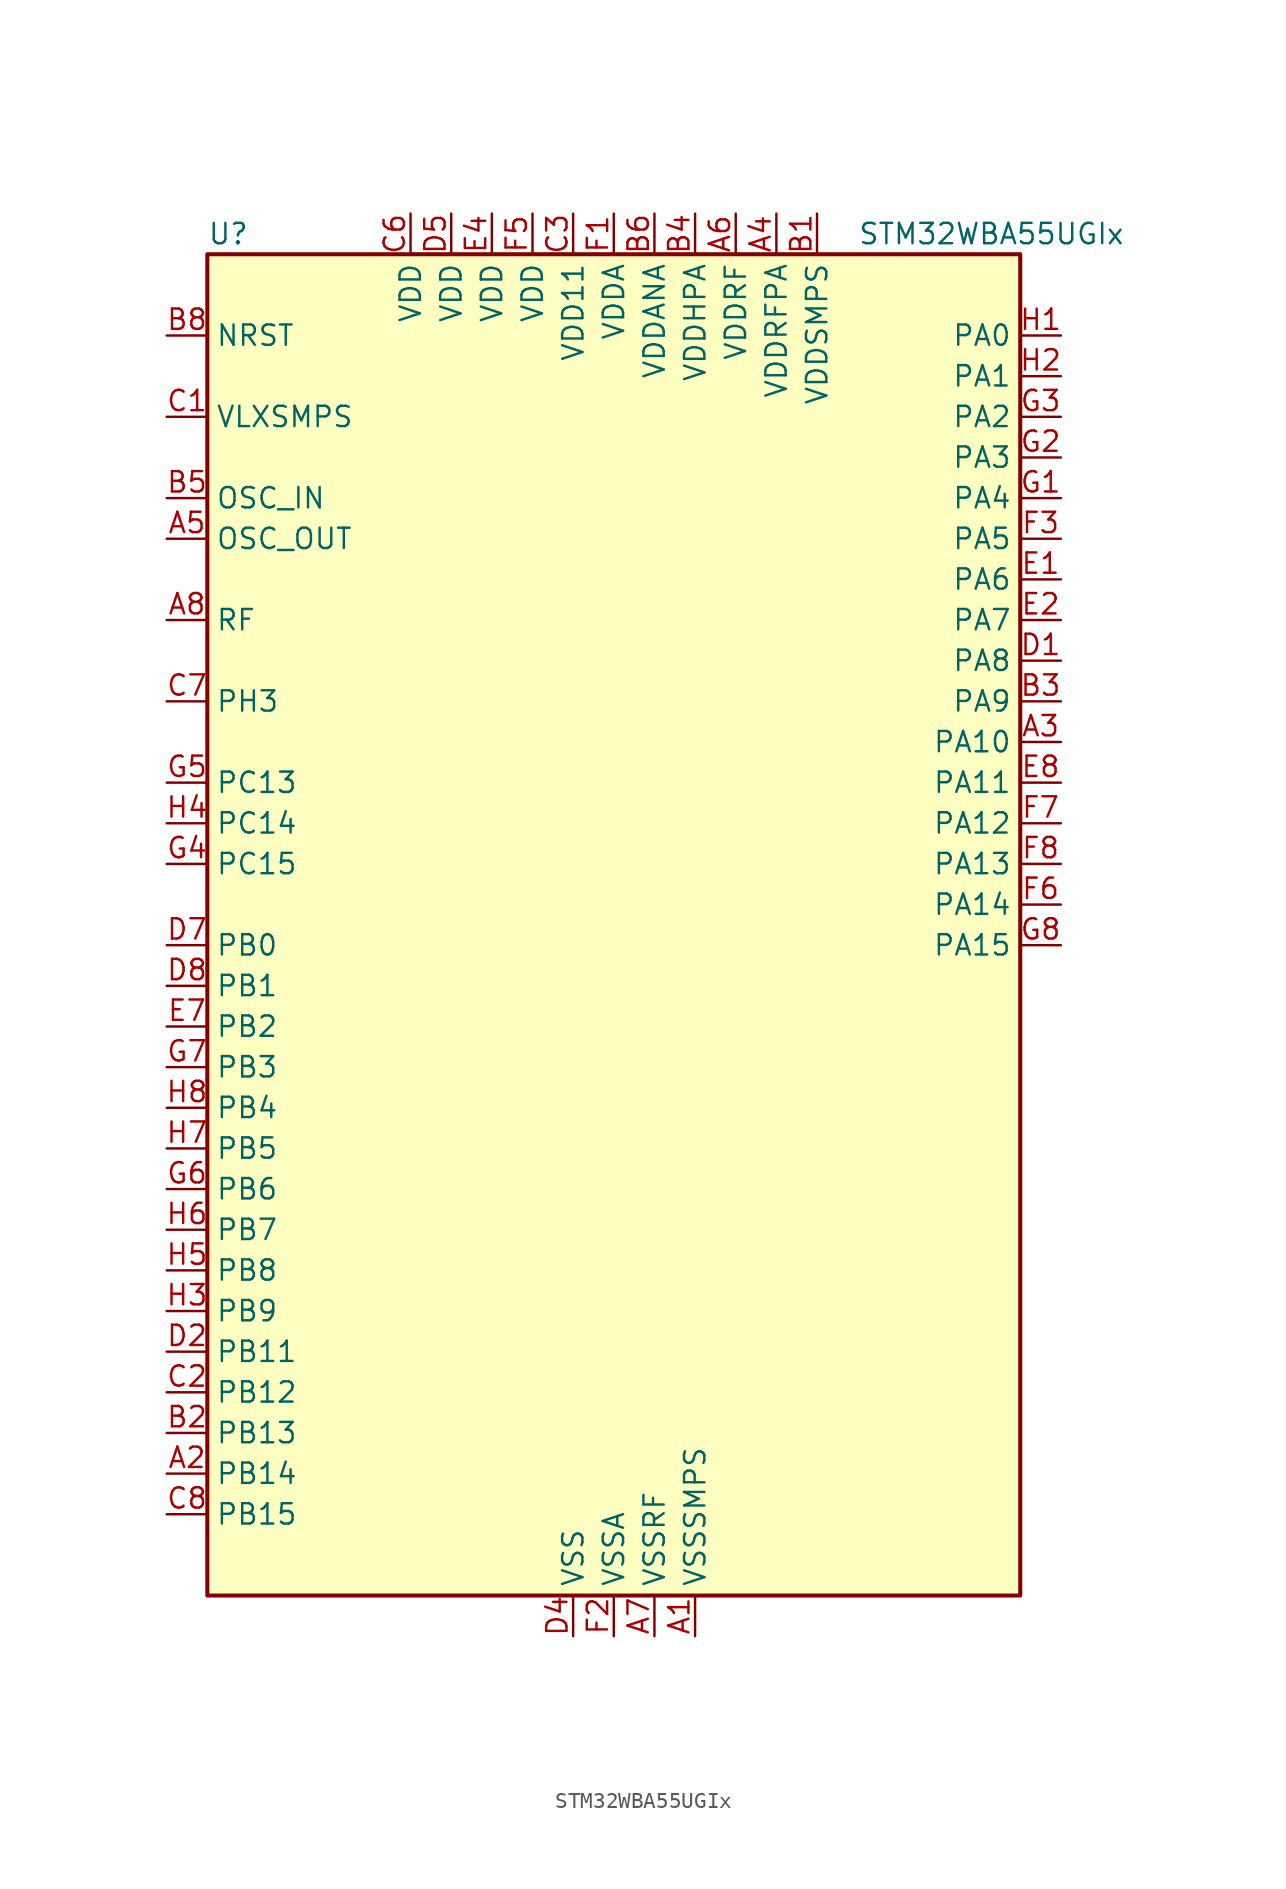
<source format=kicad_sym>
(kicad_symbol_lib
  (version 20241209)
  (generator "kicad_symbol_editor")
  (generator_version "9.0")
  (symbol "STM32WBA55UGIx"
    (property "Reference" "U"
      (at -25.4 44.45 0)
      (effects (font (size 1.27 1.27)) (justify left)))
    (property "Value" "STM32WBA55UGIx"
      (at 15.24 44.45 0)
      (effects (font (size 1.27 1.27)) (justify left)))
    (symbol "STM32WBA55UGIx_0_1"
      (rectangle (start -25.4 -40.64) (end 25.4 43.18) (stroke (width 0.254) (type default)) (fill (type background))))
    (symbol "STM32WBA55UGIx_1_1"
      (pin input line (at -27.94 38.1 0) (length 2.54) (name "NRST" (effects (font (size 1.27 1.27)))) (number "B8" (effects (font (size 1.27 1.27)))))
      (pin power_in line (at -27.94 33.02 0) (length 2.54) (name "VLXSMPS" (effects (font (size 1.27 1.27)))) (number "C1" (effects (font (size 1.27 1.27)))))
      (pin input line (at -27.94 27.94 0) (length 2.54) (name "OSC_IN" (effects (font (size 1.27 1.27)))) (number "B5" (effects (font (size 1.27 1.27)))) (alternate "RCC_OSC_IN" bidirectional line))
      (pin input line (at -27.94 25.4 0) (length 2.54) (name "OSC_OUT" (effects (font (size 1.27 1.27)))) (number "A5" (effects (font (size 1.27 1.27)))) (alternate "RCC_OSC_OUT" bidirectional line))
      (pin bidirectional line (at -27.94 20.32 0) (length 2.54) (name "RF" (effects (font (size 1.27 1.27)))) (number "A8" (effects (font (size 1.27 1.27)))))
      (pin bidirectional line (at -27.94 15.24 0) (length 2.54) (name "PH3" (effects (font (size 1.27 1.27)))) (number "C7" (effects (font (size 1.27 1.27)))) (alternate "PTA_GRANT" bidirectional line) (alternate "RF_EXTPABYP" bidirectional line) (alternate "TAMP_IN2" bidirectional line) (alternate "TAMP_OUT1" bidirectional line))
      (pin bidirectional line (at -27.94 10.16 0) (length 2.54) (name "PC13" (effects (font (size 1.27 1.27)))) (number "G5" (effects (font (size 1.27 1.27)))) (alternate "PWR_WKUP2" bidirectional line) (alternate "RTC_OUT1" bidirectional line) (alternate "RTC_TS" bidirectional line) (alternate "TAMP_IN4" bidirectional line) (alternate "TAMP_OUT5" bidirectional line) (alternate "TIM1_BKIN2" bidirectional line) (alternate "TSC_G5_IO1" bidirectional line))
      (pin bidirectional line (at -27.94 7.62 0) (length 2.54) (name "PC14" (effects (font (size 1.27 1.27)))) (number "H4" (effects (font (size 1.27 1.27)))) (alternate "RCC_OSC32_IN" bidirectional line))
      (pin bidirectional line (at -27.94 5.08 0) (length 2.54) (name "PC15" (effects (font (size 1.27 1.27)))) (number "G4" (effects (font (size 1.27 1.27)))) (alternate "ADC4_EXTI15" bidirectional line) (alternate "RCC_OSC32_OUT" bidirectional line))
      (pin bidirectional line (at -27.94 0 0) (length 2.54) (name "PB0" (effects (font (size 1.27 1.27)))) (number "D7" (effects (font (size 1.27 1.27)))) (alternate "LPTIM2_IN2" bidirectional line) (alternate "TIM1_CH3N" bidirectional line) (alternate "USART2_TX" bidirectional line))
      (pin bidirectional line (at -27.94 -2.54 0) (length 2.54) (name "PB1" (effects (font (size 1.27 1.27)))) (number "D8" (effects (font (size 1.27 1.27)))) (alternate "I2C1_SDA" bidirectional line) (alternate "I2C3_SDA" bidirectional line) (alternate "PWR_WKUP4" bidirectional line) (alternate "TIM1_CH2N" bidirectional line) (alternate "USART2_DE" bidirectional line) (alternate "USART2_RTS" bidirectional line))
      (pin bidirectional line (at -27.94 -5.08 0) (length 2.54) (name "PB2" (effects (font (size 1.27 1.27)))) (number "E7" (effects (font (size 1.27 1.27)))) (alternate "I2C1_SCL" bidirectional line) (alternate "I2C3_SCL" bidirectional line) (alternate "PWR_WKUP1" bidirectional line) (alternate "RF_ANTSW2" bidirectional line) (alternate "RTC_OUT2" bidirectional line) (alternate "TIM1_CH1N" bidirectional line) (alternate "USART2_CTS" bidirectional line))
      (pin bidirectional line (at -27.94 -7.62 0) (length 2.54) (name "PB3" (effects (font (size 1.27 1.27)))) (number "G7" (effects (font (size 1.27 1.27)))) (alternate "DEBUG_JTDO-SWO" bidirectional line) (alternate "I2C1_SDA" bidirectional line) (alternate "LPTIM1_IN2" bidirectional line) (alternate "PTA_ACTIVE" bidirectional line) (alternate "SPI1_MISO" bidirectional line) (alternate "TIM17_CH1N" bidirectional line) (alternate "TIM1_CH4" bidirectional line) (alternate "TSC_G3_IO2" bidirectional line) (alternate "USART2_CK" bidirectional line))
      (pin bidirectional line (at -27.94 -10.16 0) (length 2.54) (name "PB4" (effects (font (size 1.27 1.27)))) (number "H8" (effects (font (size 1.27 1.27)))) (alternate "DEBUG_JTRST" bidirectional line) (alternate "LPTIM2_IN2" bidirectional line) (alternate "PTA_ACTIVE" bidirectional line) (alternate "PTA_PRIORITY" bidirectional line) (alternate "SAI1_MCLK_B" bidirectional line) (alternate "SPI1_SCK" bidirectional line) (alternate "TIM17_CH1" bidirectional line) (alternate "TIM1_CH3" bidirectional line) (alternate "TSC_G3_IO1" bidirectional line) (alternate "USART2_RX" bidirectional line))
      (pin bidirectional line (at -27.94 -12.7 0) (length 2.54) (name "PB5" (effects (font (size 1.27 1.27)))) (number "H7" (effects (font (size 1.27 1.27)))) (alternate "LPUART1_TX" bidirectional line) (alternate "SAI1_D2" bidirectional line) (alternate "SAI1_FS_B" bidirectional line) (alternate "TIM3_CH1" bidirectional line) (alternate "TSC_G5_IO4" bidirectional line))
      (pin bidirectional line (at -27.94 -15.24 0) (length 2.54) (name "PB6" (effects (font (size 1.27 1.27)))) (number "G6" (effects (font (size 1.27 1.27)))) (alternate "PWR_WKUP3" bidirectional line) (alternate "SAI1_SCK_B" bidirectional line) (alternate "TIM2_CH1" bidirectional line) (alternate "TIM2_ETR" bidirectional line) (alternate "TSC_G5_IO3" bidirectional line))
      (pin bidirectional line (at -27.94 -17.78 0) (length 2.54) (name "PB7" (effects (font (size 1.27 1.27)))) (number "H6" (effects (font (size 1.27 1.27)))) (alternate "PWR_WKUP5" bidirectional line) (alternate "SAI1_SD_B" bidirectional line) (alternate "TAMP_IN5" bidirectional line) (alternate "TAMP_OUT4" bidirectional line) (alternate "TIM1_CH4N" bidirectional line) (alternate "TSC_G5_IO2" bidirectional line))
      (pin bidirectional line (at -27.94 -20.32 0) (length 2.54) (name "PB8" (effects (font (size 1.27 1.27)))) (number "H5" (effects (font (size 1.27 1.27)))) (alternate "COMP1_OUT" bidirectional line) (alternate "LPTIM1_ETR" bidirectional line) (alternate "PWR_PVD_IN" bidirectional line) (alternate "SPI3_MOSI" bidirectional line) (alternate "TIM16_CH1N" bidirectional line) (alternate "TIM1_CH1" bidirectional line) (alternate "TIM3_ETR" bidirectional line) (alternate "TSC_G2_IO4" bidirectional line) (alternate "USART2_RX" bidirectional line))
      (pin bidirectional line (at -27.94 -22.86 0) (length 2.54) (name "PB9" (effects (font (size 1.27 1.27)))) (number "H3" (effects (font (size 1.27 1.27)))) (alternate "ADC4_IN10" bidirectional line) (alternate "COMP2_INM" bidirectional line) (alternate "IR_OUT" bidirectional line) (alternate "LPTIM2_IN1" bidirectional line) (alternate "LPUART1_DE" bidirectional line) (alternate "LPUART1_RTS" bidirectional line) (alternate "PWR_WKUP8" bidirectional line) (alternate "SPI3_MISO" bidirectional line) (alternate "TIM16_CH1" bidirectional line) (alternate "TIM1_CH3N" bidirectional line) (alternate "TIM3_CH4" bidirectional line) (alternate "TSC_G2_IO3" bidirectional line))
      (pin bidirectional line (at -27.94 -25.4 0) (length 2.54) (name "PB11" (effects (font (size 1.27 1.27)))) (number "D2" (effects (font (size 1.27 1.27)))) (alternate "LPTIM1_CH1" bidirectional line) (alternate "LPTIM1_ETR" bidirectional line) (alternate "LPUART1_TX" bidirectional line))
      (pin bidirectional line (at -27.94 -27.94 0) (length 2.54) (name "PB12" (effects (font (size 1.27 1.27)))) (number "C2" (effects (font (size 1.27 1.27)))) (alternate "SAI1_SD_A" bidirectional line) (alternate "SPI1_RDY" bidirectional line) (alternate "TIM2_CH1" bidirectional line) (alternate "TIM2_ETR" bidirectional line) (alternate "TIM3_ETR" bidirectional line) (alternate "TSC_SYNC" bidirectional line) (alternate "USART1_TX" bidirectional line))
      (pin bidirectional line (at -27.94 -30.48 0) (length 2.54) (name "PB13" (effects (font (size 1.27 1.27)))) (number "B2" (effects (font (size 1.27 1.27)))) (alternate "TIM3_CH4" bidirectional line) (alternate "TSC_G6_IO2" bidirectional line))
      (pin bidirectional line (at -27.94 -33.02 0) (length 2.54) (name "PB14" (effects (font (size 1.27 1.27)))) (number "A2" (effects (font (size 1.27 1.27)))) (alternate "PWR_WKUP7" bidirectional line) (alternate "RTC_REFIN" bidirectional line) (alternate "SAI1_SD_A" bidirectional line) (alternate "TIM3_CH3" bidirectional line) (alternate "TSC_G6_IO1" bidirectional line) (alternate "USART1_TX" bidirectional line))
      (pin bidirectional line (at -27.94 -35.56 0) (length 2.54) (name "PB15" (effects (font (size 1.27 1.27)))) (number "C8" (effects (font (size 1.27 1.27)))) (alternate "ADC4_EXTI15" bidirectional line) (alternate "I2C1_SMBA" bidirectional line) (alternate "I2C3_SMBA" bidirectional line) (alternate "LPUART1_CTS" bidirectional line) (alternate "PTA_GRANT" bidirectional line) (alternate "RF_EXTPABYP" bidirectional line) (alternate "TIM16_BKIN" bidirectional line) (alternate "TIM1_BKIN2" bidirectional line) (alternate "USART2_CTS" bidirectional line))
      (pin power_in line (at -12.7 45.72 270) (length 2.54) (name "VDD" (effects (font (size 1.27 1.27)))) (number "C6" (effects (font (size 1.27 1.27)))))
      (pin power_in line (at -10.16 45.72 270) (length 2.54) (name "VDD" (effects (font (size 1.27 1.27)))) (number "D5" (effects (font (size 1.27 1.27)))))
      (pin power_in line (at -7.62 45.72 270) (length 2.54) (name "VDD" (effects (font (size 1.27 1.27)))) (number "E4" (effects (font (size 1.27 1.27)))))
      (pin power_in line (at -5.08 45.72 270) (length 2.54) (name "VDD" (effects (font (size 1.27 1.27)))) (number "F5" (effects (font (size 1.27 1.27)))))
      (pin power_in line (at -2.54 45.72 270) (length 2.54) (name "VDD11" (effects (font (size 1.27 1.27)))) (number "C3" (effects (font (size 1.27 1.27)))))
      (pin power_in line (at -2.54 -43.18 90) (length 2.54) (name "VSS" (effects (font (size 1.27 1.27)))) (number "D4" (effects (font (size 1.27 1.27)))))
      (pin passive line (at -2.54 -43.18 90) (length 2.54) (hide yes) (name "VSS" (effects (font (size 1.27 1.27)))) (number "D6" (effects (font (size 1.27 1.27)))))
      (pin passive line (at -2.54 -43.18 90) (length 2.54) (hide yes) (name "VSS" (effects (font (size 1.27 1.27)))) (number "E3" (effects (font (size 1.27 1.27)))))
      (pin passive line (at -2.54 -43.18 90) (length 2.54) (hide yes) (name "VSS" (effects (font (size 1.27 1.27)))) (number "E5" (effects (font (size 1.27 1.27)))))
      (pin power_in line (at 0 45.72 270) (length 2.54) (name "VDDA" (effects (font (size 1.27 1.27)))) (number "F1" (effects (font (size 1.27 1.27)))))
      (pin power_in line (at 0 -43.18 90) (length 2.54) (name "VSSA" (effects (font (size 1.27 1.27)))) (number "F2" (effects (font (size 1.27 1.27)))))
      (pin power_in line (at 2.54 45.72 270) (length 2.54) (name "VDDANA" (effects (font (size 1.27 1.27)))) (number "B6" (effects (font (size 1.27 1.27)))))
      (pin power_in line (at 2.54 -43.18 90) (length 2.54) (name "VSSRF" (effects (font (size 1.27 1.27)))) (number "A7" (effects (font (size 1.27 1.27)))))
      (pin passive line (at 2.54 -43.18 90) (length 2.54) (hide yes) (name "VSSRF" (effects (font (size 1.27 1.27)))) (number "B7" (effects (font (size 1.27 1.27)))))
      (pin power_in line (at 5.08 45.72 270) (length 2.54) (name "VDDHPA" (effects (font (size 1.27 1.27)))) (number "B4" (effects (font (size 1.27 1.27)))))
      (pin power_in line (at 5.08 -43.18 90) (length 2.54) (name "VSSSMPS" (effects (font (size 1.27 1.27)))) (number "A1" (effects (font (size 1.27 1.27)))))
      (pin power_in line (at 7.62 45.72 270) (length 2.54) (name "VDDRF" (effects (font (size 1.27 1.27)))) (number "A6" (effects (font (size 1.27 1.27)))))
      (pin power_in line (at 10.16 45.72 270) (length 2.54) (name "VDDRFPA" (effects (font (size 1.27 1.27)))) (number "A4" (effects (font (size 1.27 1.27)))))
      (pin power_in line (at 12.7 45.72 270) (length 2.54) (name "VDDSMPS" (effects (font (size 1.27 1.27)))) (number "B1" (effects (font (size 1.27 1.27)))))
      (pin bidirectional line (at 27.94 38.1 180) (length 2.54) (name "PA0" (effects (font (size 1.27 1.27)))) (number "H1" (effects (font (size 1.27 1.27)))) (alternate "ADC4_IN9" bidirectional line) (alternate "COMP2_INP" bidirectional line) (alternate "LPTIM1_IN1" bidirectional line) (alternate "LPUART1_CTS" bidirectional line) (alternate "PWR_WKUP1" bidirectional line) (alternate "SPI3_SCK" bidirectional line) (alternate "TIM1_CH2N" bidirectional line) (alternate "TIM3_CH3" bidirectional line) (alternate "TIM3_ETR" bidirectional line) (alternate "TSC_G2_IO2" bidirectional line))
      (pin bidirectional line (at 27.94 35.56 180) (length 2.54) (name "PA1" (effects (font (size 1.27 1.27)))) (number "H2" (effects (font (size 1.27 1.27)))) (alternate "ADC4_IN8" bidirectional line) (alternate "COMP1_INM" bidirectional line) (alternate "LPTIM2_CH2" bidirectional line) (alternate "LPUART1_RX" bidirectional line) (alternate "PWR_WKUP3" bidirectional line) (alternate "SAI1_CK1" bidirectional line) (alternate "SPI1_RDY" bidirectional line) (alternate "TIM17_CH1" bidirectional line) (alternate "TIM1_CH1N" bidirectional line) (alternate "TIM3_CH2" bidirectional line) (alternate "TSC_G2_IO1" bidirectional line) (alternate "USART1_CK" bidirectional line))
      (pin bidirectional line (at 27.94 33.02 180) (length 2.54) (name "PA2" (effects (font (size 1.27 1.27)))) (number "G3" (effects (font (size 1.27 1.27)))) (alternate "ADC4_IN7" bidirectional line) (alternate "COMP1_INP" bidirectional line) (alternate "LPUART1_TX" bidirectional line) (alternate "PWR_WKUP4" bidirectional line) (alternate "RCC_LSCO" bidirectional line) (alternate "SAI1_D1" bidirectional line) (alternate "TIM16_CH1" bidirectional line) (alternate "TIM1_BKIN" bidirectional line) (alternate "TIM3_CH1" bidirectional line) (alternate "TSC_G4_IO4" bidirectional line) (alternate "USART1_DE" bidirectional line) (alternate "USART1_RTS" bidirectional line))
      (pin bidirectional line (at 27.94 30.48 180) (length 2.54) (name "PA3" (effects (font (size 1.27 1.27)))) (number "G2" (effects (font (size 1.27 1.27)))) (alternate "ADC4_IN6" bidirectional line) (alternate "PWR_WKUP5" bidirectional line) (alternate "TIM16_CH1N" bidirectional line) (alternate "TSC_G4_IO2" bidirectional line) (alternate "USART1_DE" bidirectional line) (alternate "USART1_RTS" bidirectional line))
      (pin bidirectional line (at 27.94 27.94 180) (length 2.54) (name "PA4" (effects (font (size 1.27 1.27)))) (number "G1" (effects (font (size 1.27 1.27)))) (alternate "ADC4_IN5" bidirectional line) (alternate "AUDIOCLK" bidirectional line) (alternate "PWR_WKUP2" bidirectional line) (alternate "TAMP_IN6" bidirectional line) (alternate "TAMP_OUT3" bidirectional line) (alternate "TIM16_CH1" bidirectional line) (alternate "TSC_G4_IO1" bidirectional line) (alternate "USART1_CTS" bidirectional line))
      (pin bidirectional line (at 27.94 25.4 180) (length 2.54) (name "PA5" (effects (font (size 1.27 1.27)))) (number "F3" (effects (font (size 1.27 1.27)))) (alternate "ADC4_IN4" bidirectional line) (alternate "AUDIOCLK" bidirectional line) (alternate "LPTIM2_ETR" bidirectional line) (alternate "PWR_CSLEEP" bidirectional line) (alternate "PWR_WKUP6" bidirectional line) (alternate "SAI1_D2" bidirectional line) (alternate "SPI3_NSS" bidirectional line) (alternate "TIM2_CH1" bidirectional line) (alternate "TIM2_ETR" bidirectional line) (alternate "TSC_G1_IO4" bidirectional line) (alternate "USART1_CK" bidirectional line))
      (pin bidirectional line (at 27.94 22.86 180) (length 2.54) (name "PA6" (effects (font (size 1.27 1.27)))) (number "E1" (effects (font (size 1.27 1.27)))) (alternate "ADC4_IN3" bidirectional line) (alternate "I2C3_SCL" bidirectional line) (alternate "PWR_CSTOP" bidirectional line) (alternate "PWR_WKUP7" bidirectional line) (alternate "SAI1_CK2" bidirectional line) (alternate "SAI1_MCLK_A" bidirectional line) (alternate "SPI3_RDY" bidirectional line) (alternate "TIM2_CH4" bidirectional line) (alternate "TSC_G1_IO3" bidirectional line) (alternate "USART1_DE" bidirectional line) (alternate "USART1_RTS" bidirectional line))
      (pin bidirectional line (at 27.94 20.32 180) (length 2.54) (name "PA7" (effects (font (size 1.27 1.27)))) (number "E2" (effects (font (size 1.27 1.27)))) (alternate "ADC4_IN2" bidirectional line) (alternate "COMP1_OUT" bidirectional line) (alternate "I2C3_SDA" bidirectional line) (alternate "PWR_WKUP8" bidirectional line) (alternate "SAI1_SCK_A" bidirectional line) (alternate "TAMP_IN1" bidirectional line) (alternate "TAMP_OUT2" bidirectional line) (alternate "TIM2_CH3" bidirectional line) (alternate "TSC_G1_IO2" bidirectional line) (alternate "USART1_CTS" bidirectional line))
      (pin bidirectional line (at 27.94 17.78 180) (length 2.54) (name "PA8" (effects (font (size 1.27 1.27)))) (number "D1" (effects (font (size 1.27 1.27)))) (alternate "ADC4_IN1" bidirectional line) (alternate "LPTIM1_CH2" bidirectional line) (alternate "RCC_MCO" bidirectional line) (alternate "SAI1_FS_A" bidirectional line) (alternate "SPI3_RDY" bidirectional line) (alternate "TIM2_CH2" bidirectional line) (alternate "TSC_G1_IO1" bidirectional line) (alternate "USART1_RX" bidirectional line))
      (pin bidirectional line (at 27.94 15.24 180) (length 2.54) (name "PA9" (effects (font (size 1.27 1.27)))) (number "B3" (effects (font (size 1.27 1.27)))) (alternate "LPUART1_DE" bidirectional line) (alternate "LPUART1_RTS" bidirectional line) (alternate "SAI1_CK1" bidirectional line) (alternate "TIM3_CH2" bidirectional line))
      (pin bidirectional line (at 27.94 12.7 180) (length 2.54) (name "PA10" (effects (font (size 1.27 1.27)))) (number "A3" (effects (font (size 1.27 1.27)))) (alternate "LPUART1_RX" bidirectional line) (alternate "SAI1_D1" bidirectional line) (alternate "TIM3_CH1" bidirectional line))
      (pin bidirectional line (at 27.94 10.16 180) (length 2.54) (name "PA11" (effects (font (size 1.27 1.27)))) (number "E8" (effects (font (size 1.27 1.27)))) (alternate "LPTIM2_CH1" bidirectional line) (alternate "RF_ANTSW1" bidirectional line) (alternate "TIM1_CH1" bidirectional line) (alternate "USART2_RX" bidirectional line))
      (pin bidirectional line (at 27.94 7.62 180) (length 2.54) (name "PA12" (effects (font (size 1.27 1.27)))) (number "F7" (effects (font (size 1.27 1.27)))) (alternate "COMP2_OUT" bidirectional line) (alternate "PTA_STATUS" bidirectional line) (alternate "PWR_WKUP6" bidirectional line) (alternate "RF_ANTSW0" bidirectional line) (alternate "SPI1_NSS" bidirectional line) (alternate "TIM1_CH2" bidirectional line) (alternate "TSC_G3_IO4" bidirectional line) (alternate "USART2_TX" bidirectional line))
      (pin bidirectional line (at 27.94 5.08 180) (length 2.54) (name "PA13" (effects (font (size 1.27 1.27)))) (number "F8" (effects (font (size 1.27 1.27)))) (alternate "DEBUG_JTMS-SWDIO" bidirectional line) (alternate "IR_OUT" bidirectional line) (alternate "PTA_PRIORITY" bidirectional line))
      (pin bidirectional line (at 27.94 2.54 180) (length 2.54) (name "PA14" (effects (font (size 1.27 1.27)))) (number "F6" (effects (font (size 1.27 1.27)))) (alternate "COMP2_OUT" bidirectional line) (alternate "DEBUG_JTCK-SWCLK" bidirectional line) (alternate "PTA_STATUS" bidirectional line) (alternate "TAMP_IN3" bidirectional line) (alternate "TAMP_OUT6" bidirectional line) (alternate "USART2_TX" bidirectional line))
      (pin bidirectional line (at 27.94 0 180) (length 2.54) (name "PA15" (effects (font (size 1.27 1.27)))) (number "G8" (effects (font (size 1.27 1.27)))) (alternate "ADC4_EXTI15" bidirectional line) (alternate "DEBUG_JTDI" bidirectional line) (alternate "I2C1_SCL" bidirectional line) (alternate "LPTIM1_CH2" bidirectional line) (alternate "PTA_STATUS" bidirectional line) (alternate "SPI1_MOSI" bidirectional line) (alternate "TIM17_BKIN" bidirectional line) (alternate "TIM1_ETR" bidirectional line) (alternate "TSC_G3_IO3" bidirectional line) (alternate "USART2_DE" bidirectional line) (alternate "USART2_RTS" bidirectional line)))))
</source>
